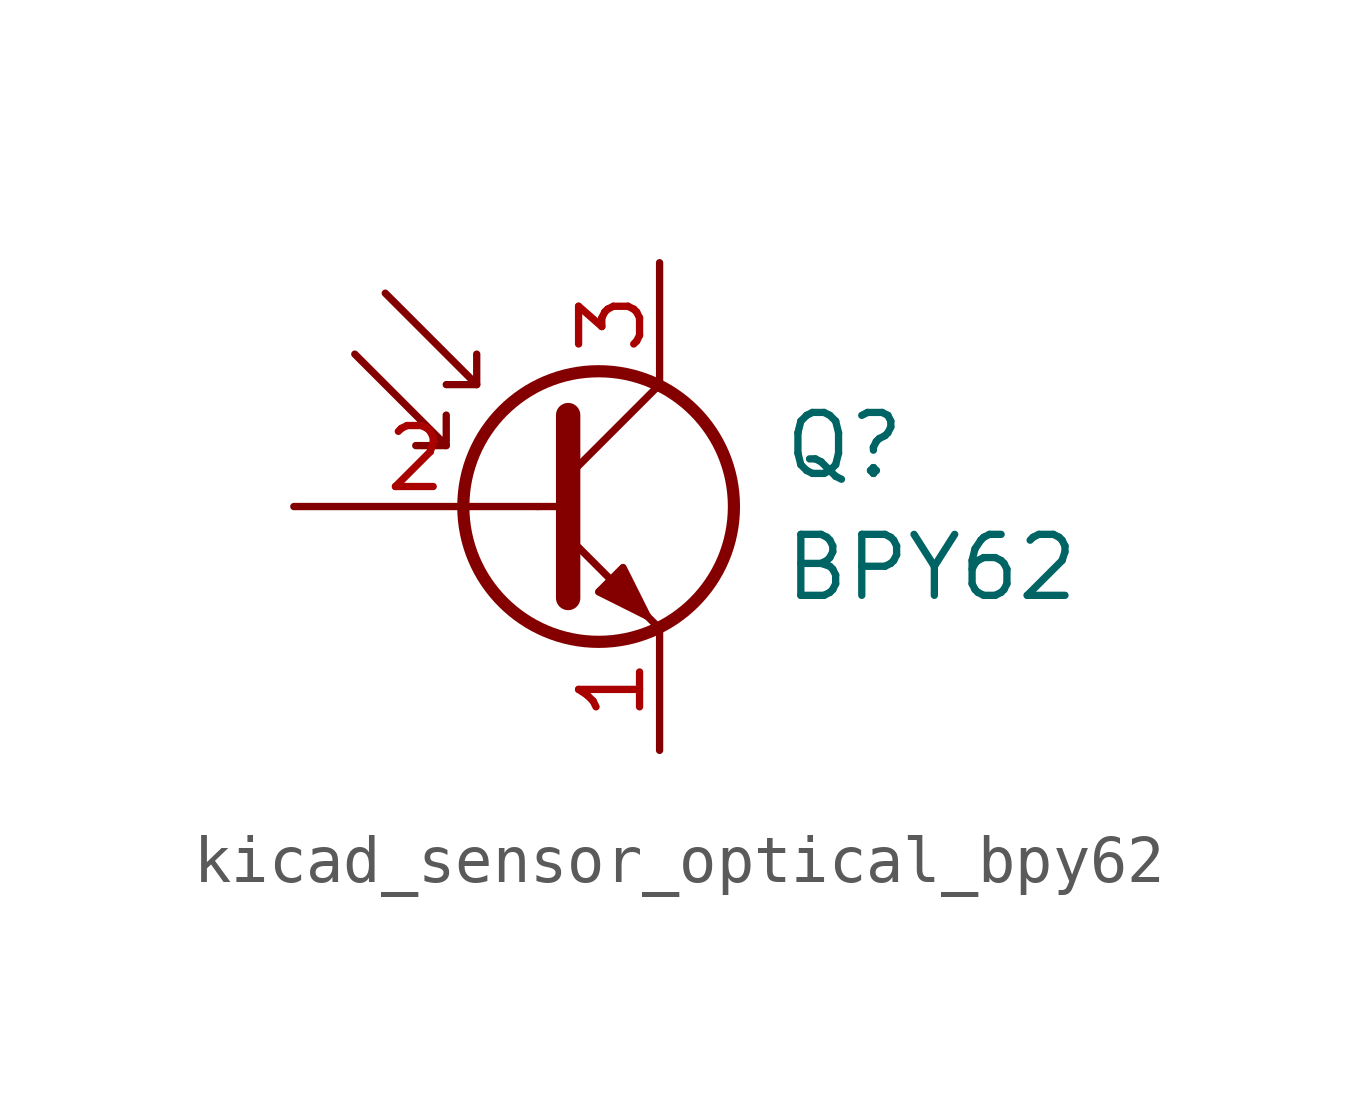
<source format=kicad_sym>
(kicad_symbol_lib
  (version 20220914)
  (generator kicad_symbol_editor)
  (symbol "kicad_sensor_optical_bpy62"
    (pin_names
      (offset 0) hide)
    (property "Reference" "Q"
      (at 5.08 1.27 0)
      (effects (font (size 1.27 1.27)) (justify left)))
    (property "Value" "BPY62"
      (at 5.08 -1.27 0)
      (effects (font (size 1.27 1.27)) (justify left)))
    (symbol "kicad_sensor_optical_bpy62_0_0"
      (polyline (pts (xy 0 0) (xy 0.635 0)) (stroke (width 0) (type default)) (fill (type none))))
    (symbol "kicad_sensor_optical_bpy62_0_1"
      (polyline (pts (xy -1.905 1.27) (xy -2.54 1.27)) (stroke (width 0) (type default)) (fill (type none)))
      (polyline (pts (xy -1.27 2.54) (xy -1.905 2.54)) (stroke (width 0) (type default)) (fill (type none)))
      (polyline (pts (xy 0.635 0.635) (xy 2.54 2.54)) (stroke (width 0) (type default)) (fill (type none)))
      (polyline (pts (xy -3.81 3.175) (xy -1.905 1.27) (xy -1.905 1.905)) (stroke (width 0) (type default)) (fill (type none)))
      (polyline (pts (xy -3.175 4.445) (xy -1.27 2.54) (xy -1.27 3.175)) (stroke (width 0) (type default)) (fill (type none)))
      (polyline (pts (xy 0.635 -0.635) (xy 2.54 -2.54) (xy 2.54 -2.54)) (stroke (width 0) (type default)) (fill (type none)))
      (polyline (pts (xy 0.635 1.905) (xy 0.635 -1.905) (xy 0.635 -1.905)) (stroke (width 0.508) (type default)) (fill (type none)))
      (polyline (pts (xy 1.27 -1.778) (xy 1.778 -1.27) (xy 2.286 -2.286) (xy 1.27 -1.778) (xy 1.27 -1.778)) (stroke (width 0) (type default)) (fill (type outline)))
      (circle (center 1.27 0) (radius 2.819) (stroke (width 0.254) (type default)) (fill (type none))))
    (symbol "kicad_sensor_optical_bpy62_1_1"
      (pin passive line (at 2.54 -5.08 90) (length 2.54) (name "E" (effects (font (size 1.27 1.27)))) (number "1" (effects (font (size 1.27 1.27)))))
      (pin input line (at -5.08 0 0) (length 5.08) (name "B" (effects (font (size 1.27 1.27)))) (number "2" (effects (font (size 1.27 1.27)))))
      (pin passive line (at 2.54 5.08 270) (length 2.54) (name "C" (effects (font (size 1.27 1.27)))) (number "3" (effects (font (size 1.27 1.27))))))))
</source>
